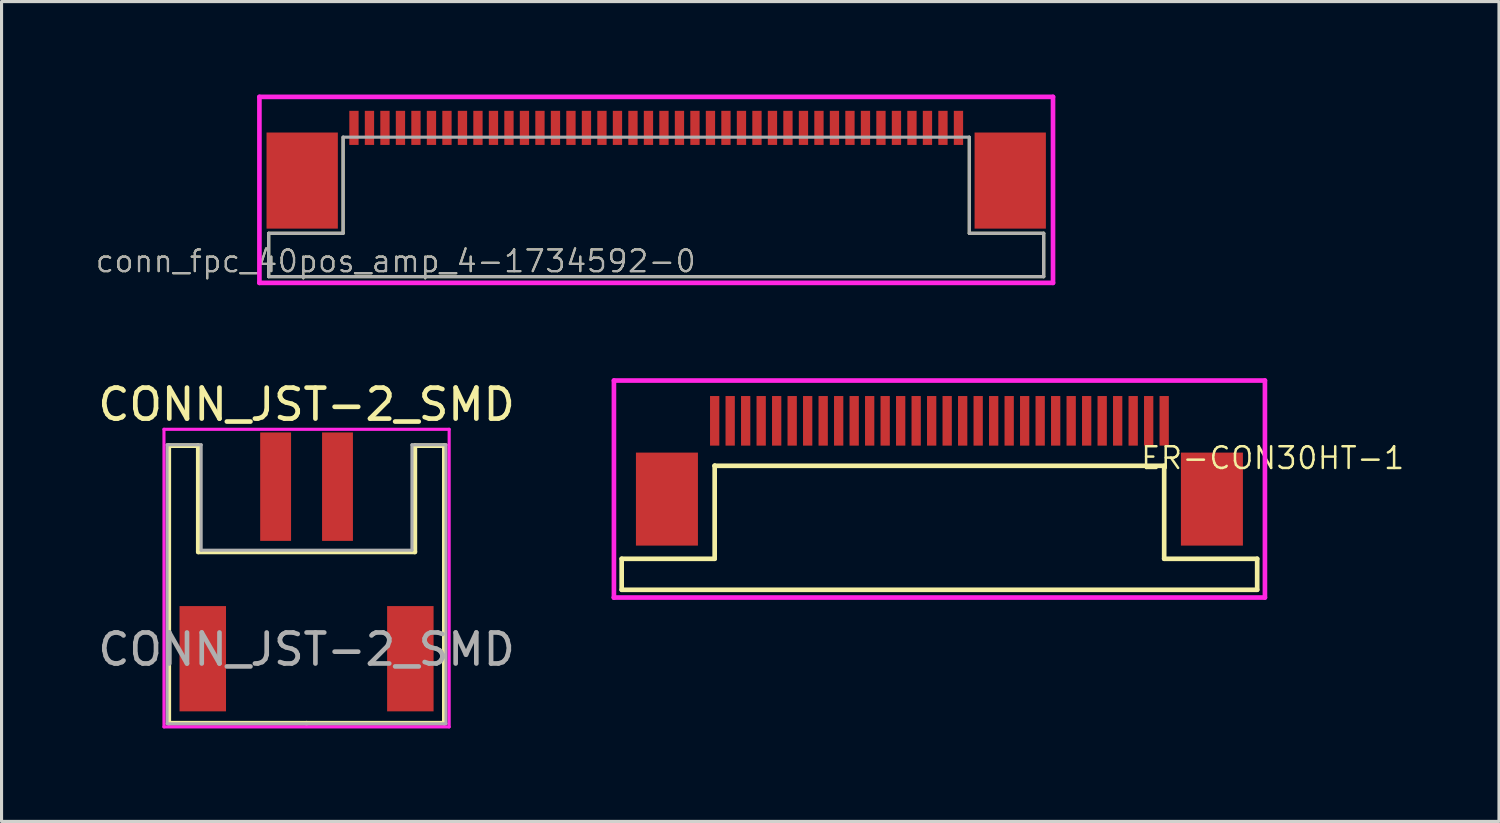
<source format=kicad_pcb>
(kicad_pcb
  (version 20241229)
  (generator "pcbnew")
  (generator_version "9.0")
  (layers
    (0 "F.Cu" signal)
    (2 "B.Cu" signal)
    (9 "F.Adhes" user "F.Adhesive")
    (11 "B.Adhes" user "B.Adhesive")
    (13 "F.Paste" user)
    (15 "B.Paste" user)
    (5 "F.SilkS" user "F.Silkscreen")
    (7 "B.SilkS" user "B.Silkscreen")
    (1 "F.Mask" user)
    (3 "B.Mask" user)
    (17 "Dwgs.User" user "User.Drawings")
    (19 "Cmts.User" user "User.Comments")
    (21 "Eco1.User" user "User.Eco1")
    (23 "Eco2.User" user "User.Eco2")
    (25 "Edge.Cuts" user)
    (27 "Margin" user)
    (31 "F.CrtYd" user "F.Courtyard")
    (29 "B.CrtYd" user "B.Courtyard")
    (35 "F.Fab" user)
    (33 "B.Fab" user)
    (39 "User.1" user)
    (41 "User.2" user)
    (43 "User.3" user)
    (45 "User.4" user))
  (footprint "CONN_JST-2_SMD"
    (layer "F.Cu")
    (at 6.839 19.898)
    (property "Reference" "CONN_JST-2_SMD" (at 0 -9.9 0) (layer "F.SilkS") (effects (font (size 1 1) (thickness 0.15))))
    (attr smd)
    (fp_line (start -4.445 -8.572) (end -3.493 -8.572) (stroke (width 0.152) (type solid)) (layer "F.SilkS"))
    (fp_line (start -4.445 0.381) (end -4.445 -8.572) (stroke (width 0.152) (type solid)) (layer "F.SilkS"))
    (fp_line (start -3.493 -8.572) (end -3.493 -5.144) (stroke (width 0.152) (type solid)) (layer "F.SilkS"))
    (fp_line (start -3.493 -5.144) (end 3.493 -5.144) (stroke (width 0.152) (type solid)) (layer "F.SilkS"))
    (fp_line (start 0 0.381) (end -4.445 0.381) (stroke (width 0.152) (type solid)) (layer "F.SilkS"))
    (fp_line (start 3.493 -8.572) (end 4.445 -8.572) (stroke (width 0.152) (type solid)) (layer "F.SilkS"))
    (fp_line (start 3.493 -5.144) (end 3.493 -8.572) (stroke (width 0.152) (type solid)) (layer "F.SilkS"))
    (fp_line (start 4.445 0.381) (end 0 0.381) (stroke (width 0.152) (type solid)) (layer "F.SilkS"))
    (fp_line (start 4.445 0.381) (end 4.445 -8.572) (stroke (width 0.152) (type solid)) (layer "F.SilkS"))
    (fp_line (start -4.6 -9.1) (end 4.6 -9.1) (stroke (width 0.1) (type solid)) (layer "F.CrtYd"))
    (fp_line (start -4.6 0.5) (end -4.6 -9.1) (stroke (width 0.1) (type solid)) (layer "F.CrtYd"))
    (fp_line (start 4.6 -9.1) (end 4.6 0.5) (stroke (width 0.1) (type solid)) (layer "F.CrtYd"))
    (fp_line (start 4.6 0.5) (end -4.6 0.5) (stroke (width 0.1) (type solid)) (layer "F.CrtYd"))
    (fp_line (start -4.5 -8.6) (end -3.4 -8.6) (stroke (width 0.1) (type solid)) (layer "F.Fab"))
    (fp_line (start -4.5 0.4) (end -4.5 -8.6) (stroke (width 0.1) (type solid)) (layer "F.Fab"))
    (fp_line (start -3.4 -8.6) (end -3.4 -5.2) (stroke (width 0.1) (type solid)) (layer "F.Fab"))
    (fp_line (start -3.4 -5.2) (end 3.4 -5.2) (stroke (width 0.1) (type solid)) (layer "F.Fab"))
    (fp_line (start 3.4 -8.6) (end 4.5 -8.6) (stroke (width 0.1) (type solid)) (layer "F.Fab"))
    (fp_line (start 3.4 -5.2) (end 3.4 -8.6) (stroke (width 0.1) (type solid)) (layer "F.Fab"))
    (fp_line (start 4.5 -8.6) (end 4.5 0.4) (stroke (width 0.1) (type solid)) (layer "F.Fab"))
    (fp_line (start 4.5 0.4) (end -4.5 0.4) (stroke (width 0.1) (type solid)) (layer "F.Fab"))
    (fp_text user "${REFERENCE}" (at 0 -2 0) (layer "F.Fab") (effects (font (size 1 1) (thickness 0.15))))
    (pad "" smd rect (at -3.348 -1.699) (size 1.499 3.396) (layers "F.Cu" "F.Mask" "F.Paste"))
    (pad "" smd rect (at 3.348 -1.699) (size 1.499 3.396) (layers "F.Cu" "F.Mask" "F.Paste"))
    (pad "1" smd rect (at -0.998 -7.249) (size 0.996 3.498) (layers "F.Cu" "F.Mask" "F.Paste"))
    (pad "2" smd rect (at 0.998 -7.249) (size 0.996 3.498) (layers "F.Cu" "F.Mask" "F.Paste")))
  (footprint "ER-CON30HT-1"
    (layer "F.Cu")
    (at 27.254 10.725)
    (property "Reference" "ER-CON30HT-1" (at 10.75 1 0) (layer "F.SilkS") (effects (font (size 0.7 0.7) (thickness 0.08))))
    (attr through_hole)
    (fp_line (start -10.25 4.25) (end -10.25 4.25) (stroke (width 0.12) (type solid)) (layer "F.SilkS"))
    (fp_line (start -10.25 4.25) (end -7.25 4.25) (stroke (width 0.15) (type solid)) (layer "F.SilkS"))
    (fp_line (start -10.25 5.25) (end -10.25 4.25) (stroke (width 0.15) (type solid)) (layer "F.SilkS"))
    (fp_line (start -10.25 5.25) (end 10.25 5.25) (stroke (width 0.15) (type solid)) (layer "F.SilkS"))
    (fp_line (start -7.25 1.25) (end -7.25 1.25) (stroke (width 0.15) (type solid)) (layer "F.SilkS"))
    (fp_line (start -7.25 1.25) (end 7.25 1.25) (stroke (width 0.15) (type solid)) (layer "F.SilkS"))
    (fp_line (start -7.25 4.25) (end -7.25 1.25) (stroke (width 0.15) (type solid)) (layer "F.SilkS"))
    (fp_line (start 7.25 4.25) (end 7.25 1.25) (stroke (width 0.15) (type solid)) (layer "F.SilkS"))
    (fp_line (start 7.25 4.25) (end 7.25 4.25) (stroke (width 0.12) (type solid)) (layer "F.SilkS"))
    (fp_line (start 10.25 4.25) (end 7.25 4.25) (stroke (width 0.15) (type solid)) (layer "F.SilkS"))
    (fp_line (start 10.25 5.25) (end 10.25 4.25) (stroke (width 0.15) (type solid)) (layer "F.SilkS"))
    (fp_line (start -10.5 -1.5) (end 10.5 -1.5) (stroke (width 0.15) (type solid)) (layer "F.CrtYd"))
    (fp_line (start -10.5 5.5) (end -10.5 -1.5) (stroke (width 0.15) (type solid)) (layer "F.CrtYd"))
    (fp_line (start -10.5 5.5) (end -10.5 5.5) (stroke (width 0.15) (type solid)) (layer "F.CrtYd"))
    (fp_line (start 10.5 -1.5) (end 10.5 5.5) (stroke (width 0.15) (type solid)) (layer "F.CrtYd"))
    (fp_line (start 10.5 5.5) (end -10.5 5.5) (stroke (width 0.15) (type solid)) (layer "F.CrtYd"))
    (pad "" smd rect (at -8.79 2.325) (size 2 3) (layers "F.Cu" "F.Mask" "F.Paste"))
    (pad "" smd rect (at 8.79 2.325) (size 2 3) (layers "F.Cu" "F.Mask" "F.Paste"))
    (pad "1" smd rect (at 7.25 -0.2) (size 0.3 1.6) (layers "F.Cu" "F.Mask" "F.Paste"))
    (pad "2" smd rect (at 6.75 -0.2) (size 0.3 1.6) (layers "F.Cu" "F.Mask" "F.Paste"))
    (pad "3" smd rect (at 6.25 -0.2) (size 0.3 1.6) (layers "F.Cu" "F.Mask" "F.Paste"))
    (pad "4" smd rect (at 5.75 -0.2) (size 0.3 1.6) (layers "F.Cu" "F.Mask" "F.Paste"))
    (pad "5" smd rect (at 5.25 -0.2) (size 0.3 1.6) (layers "F.Cu" "F.Mask" "F.Paste"))
    (pad "6" smd rect (at 4.75 -0.2) (size 0.3 1.6) (layers "F.Cu" "F.Mask" "F.Paste"))
    (pad "7" smd rect (at 4.25 -0.2) (size 0.3 1.6) (layers "F.Cu" "F.Mask" "F.Paste"))
    (pad "8" smd rect (at 3.75 -0.2) (size 0.3 1.6) (layers "F.Cu" "F.Mask" "F.Paste"))
    (pad "9" smd rect (at 3.25 -0.2) (size 0.3 1.6) (layers "F.Cu" "F.Mask" "F.Paste"))
    (pad "10" smd rect (at 2.75 -0.2) (size 0.3 1.6) (layers "F.Cu" "F.Mask" "F.Paste"))
    (pad "11" smd rect (at 2.25 -0.2) (size 0.3 1.6) (layers "F.Cu" "F.Mask" "F.Paste"))
    (pad "12" smd rect (at 1.75 -0.2) (size 0.3 1.6) (layers "F.Cu" "F.Mask" "F.Paste"))
    (pad "13" smd rect (at 1.25 -0.2) (size 0.3 1.6) (layers "F.Cu" "F.Mask" "F.Paste"))
    (pad "14" smd rect (at 0.75 -0.2) (size 0.3 1.6) (layers "F.Cu" "F.Mask" "F.Paste"))
    (pad "15" smd rect (at 0.25 -0.2) (size 0.3 1.6) (layers "F.Cu" "F.Mask" "F.Paste"))
    (pad "16" smd rect (at -0.25 -0.2) (size 0.3 1.6) (layers "F.Cu" "F.Mask" "F.Paste"))
    (pad "17" smd rect (at -0.75 -0.2) (size 0.3 1.6) (layers "F.Cu" "F.Mask" "F.Paste"))
    (pad "18" smd rect (at -1.25 -0.2) (size 0.3 1.6) (layers "F.Cu" "F.Mask" "F.Paste"))
    (pad "19" smd rect (at -1.75 -0.2) (size 0.3 1.6) (layers "F.Cu" "F.Mask" "F.Paste"))
    (pad "20" smd rect (at -2.25 -0.2) (size 0.3 1.6) (layers "F.Cu" "F.Mask" "F.Paste"))
    (pad "21" smd rect (at -2.75 -0.2) (size 0.3 1.6) (layers "F.Cu" "F.Mask" "F.Paste"))
    (pad "22" smd rect (at -3.25 -0.2) (size 0.3 1.6) (layers "F.Cu" "F.Mask" "F.Paste"))
    (pad "23" smd rect (at -3.75 -0.2) (size 0.3 1.6) (layers "F.Cu" "F.Mask" "F.Paste"))
    (pad "24" smd rect (at -4.25 -0.2) (size 0.3 1.6) (layers "F.Cu" "F.Mask" "F.Paste"))
    (pad "25" smd rect (at -4.75 -0.2) (size 0.3 1.6) (layers "F.Cu" "F.Mask" "F.Paste"))
    (pad "26" smd rect (at -5.25 -0.2) (size 0.3 1.6) (layers "F.Cu" "F.Mask" "F.Paste"))
    (pad "27" smd rect (at -5.75 -0.2) (size 0.3 1.6) (layers "F.Cu" "F.Mask" "F.Paste"))
    (pad "28" smd rect (at -6.25 -0.2) (size 0.3 1.6) (layers "F.Cu" "F.Mask" "F.Paste"))
    (pad "29" smd rect (at -6.75 -0.2) (size 0.3 1.6) (layers "F.Cu" "F.Mask" "F.Paste"))
    (pad "30" smd rect (at -7.25 -0.2) (size 0.3 1.6) (layers "F.Cu" "F.Mask" "F.Paste")))
  (footprint "conn_fpc_40pos_amp_4-1734592-0"
    (layer "F.Cu")
    (at 18.118 1.075)
    (property "Reference" "conn_fpc_40pos_amp_4-1734592-0" (at -8.4 4.3 0) (layer "F.SilkS") (effects (font (size 0.7 0.7) (thickness 0.07))))
    (attr smd)
    (fp_line (start -12.5 3.4) (end -10.1 3.4) (stroke (width 0.1) (type solid)) (layer "F.SilkS"))
    (fp_line (start -12.5 4.8) (end -12.5 3.4) (stroke (width 0.1) (type solid)) (layer "F.SilkS"))
    (fp_line (start -10.1 3.4) (end -10.1 0.3) (stroke (width 0.1) (type solid)) (layer "F.SilkS"))
    (fp_line (start 10.1 0.3) (end 10.1 3.4) (stroke (width 0.1) (type solid)) (layer "F.SilkS"))
    (fp_line (start 10.1 3.4) (end 12.5 3.4) (stroke (width 0.1) (type solid)) (layer "F.SilkS"))
    (fp_line (start 12.5 3.4) (end 12.5 4.8) (stroke (width 0.1) (type solid)) (layer "F.SilkS"))
    (fp_line (start 12.5 4.8) (end -12.5 4.8) (stroke (width 0.1) (type solid)) (layer "F.SilkS"))
    (fp_line (start -12.8 -1) (end 12.8 -1) (stroke (width 0.15) (type solid)) (layer "F.CrtYd"))
    (fp_line (start -12.8 5) (end -12.8 -1) (stroke (width 0.15) (type solid)) (layer "F.CrtYd"))
    (fp_line (start 12.8 -1) (end 12.8 5) (stroke (width 0.15) (type solid)) (layer "F.CrtYd"))
    (fp_line (start 12.8 5) (end -12.8 5) (stroke (width 0.15) (type solid)) (layer "F.CrtYd"))
    (fp_line (start -12.5 3.4) (end -12.5 4.8) (stroke (width 0.1) (type solid)) (layer "F.Fab"))
    (fp_line (start -12.5 4.8) (end 12.5 4.8) (stroke (width 0.1) (type solid)) (layer "F.Fab"))
    (fp_line (start -10.1 0.3) (end -10.1 3.4) (stroke (width 0.1) (type solid)) (layer "F.Fab"))
    (fp_line (start -10.1 3.4) (end -12.5 3.4) (stroke (width 0.1) (type solid)) (layer "F.Fab"))
    (fp_line (start 10.1 0.3) (end -10.1 0.3) (stroke (width 0.1) (type solid)) (layer "F.Fab"))
    (fp_line (start 10.1 3.4) (end 10.1 0.3) (stroke (width 0.1) (type solid)) (layer "F.Fab"))
    (fp_line (start 12.5 3.4) (end 10.1 3.4) (stroke (width 0.1) (type solid)) (layer "F.Fab"))
    (fp_line (start 12.5 4.8) (end 12.5 3.4) (stroke (width 0.1) (type solid)) (layer "F.Fab"))
    (fp_text user "${REFERENCE}" (at -8.4 4.3 0) (layer "F.Fab") (effects (font (size 0.7 0.7) (thickness 0.07))))
    (pad "" smd rect (at -11.42 1.7) (size 2.3 3.1) (layers "F.Cu" "F.Paste"))
    (pad "" smd rect (at 11.42 1.7) (size 2.3 3.1) (layers "F.Cu" "F.Paste"))
    (pad "1" smd rect (at -9.75 0) (size 0.3 1.1) (layers "F.Cu" "F.Mask" "F.Paste"))
    (pad "2" smd rect (at -9.25 0) (size 0.3 1.1) (layers "F.Cu" "F.Mask" "F.Paste"))
    (pad "3" smd rect (at -8.75 0) (size 0.3 1.1) (layers "F.Cu" "F.Mask" "F.Paste"))
    (pad "4" smd rect (at -8.25 0) (size 0.3 1.1) (layers "F.Cu" "F.Mask" "F.Paste"))
    (pad "5" smd rect (at -7.75 0) (size 0.3 1.1) (layers "F.Cu" "F.Mask" "F.Paste"))
    (pad "6" smd rect (at -7.25 0) (size 0.3 1.1) (layers "F.Cu" "F.Mask" "F.Paste"))
    (pad "7" smd rect (at -6.75 0) (size 0.3 1.1) (layers "F.Cu" "F.Mask" "F.Paste"))
    (pad "8" smd rect (at -6.25 0) (size 0.3 1.1) (layers "F.Cu" "F.Mask" "F.Paste"))
    (pad "9" smd rect (at -5.75 0) (size 0.3 1.1) (layers "F.Cu" "F.Mask" "F.Paste"))
    (pad "10" smd rect (at -5.25 0) (size 0.3 1.1) (layers "F.Cu" "F.Mask" "F.Paste"))
    (pad "11" smd rect (at -4.75 0) (size 0.3 1.1) (layers "F.Cu" "F.Mask" "F.Paste"))
    (pad "12" smd rect (at -4.25 0) (size 0.3 1.1) (layers "F.Cu" "F.Mask" "F.Paste"))
    (pad "13" smd rect (at -3.75 0) (size 0.3 1.1) (layers "F.Cu" "F.Mask" "F.Paste"))
    (pad "14" smd rect (at -3.25 0) (size 0.3 1.1) (layers "F.Cu" "F.Mask" "F.Paste"))
    (pad "15" smd rect (at -2.75 0) (size 0.3 1.1) (layers "F.Cu" "F.Mask" "F.Paste"))
    (pad "16" smd rect (at -2.25 0) (size 0.3 1.1) (layers "F.Cu" "F.Mask" "F.Paste"))
    (pad "17" smd rect (at -1.75 0) (size 0.3 1.1) (layers "F.Cu" "F.Mask" "F.Paste"))
    (pad "18" smd rect (at -1.25 0) (size 0.3 1.1) (layers "F.Cu" "F.Mask" "F.Paste"))
    (pad "19" smd rect (at -0.75 0) (size 0.3 1.1) (layers "F.Cu" "F.Mask" "F.Paste"))
    (pad "20" smd rect (at -0.25 0) (size 0.3 1.1) (layers "F.Cu" "F.Mask" "F.Paste"))
    (pad "21" smd rect (at 0.25 0) (size 0.3 1.1) (layers "F.Cu" "F.Mask" "F.Paste"))
    (pad "22" smd rect (at 0.75 0) (size 0.3 1.1) (layers "F.Cu" "F.Mask" "F.Paste"))
    (pad "23" smd rect (at 1.25 0) (size 0.3 1.1) (layers "F.Cu" "F.Mask" "F.Paste"))
    (pad "24" smd rect (at 1.75 0) (size 0.3 1.1) (layers "F.Cu" "F.Mask" "F.Paste"))
    (pad "25" smd rect (at 2.25 0) (size 0.3 1.1) (layers "F.Cu" "F.Mask" "F.Paste"))
    (pad "26" smd rect (at 2.75 0) (size 0.3 1.1) (layers "F.Cu" "F.Mask" "F.Paste"))
    (pad "27" smd rect (at 3.25 0) (size 0.3 1.1) (layers "F.Cu" "F.Mask" "F.Paste"))
    (pad "28" smd rect (at 3.75 0) (size 0.3 1.1) (layers "F.Cu" "F.Mask" "F.Paste"))
    (pad "29" smd rect (at 4.25 0) (size 0.3 1.1) (layers "F.Cu" "F.Mask" "F.Paste"))
    (pad "30" smd rect (at 4.75 0) (size 0.3 1.1) (layers "F.Cu" "F.Mask" "F.Paste"))
    (pad "31" smd rect (at 5.25 0) (size 0.3 1.1) (layers "F.Cu" "F.Mask" "F.Paste"))
    (pad "32" smd rect (at 5.75 0) (size 0.3 1.1) (layers "F.Cu" "F.Mask" "F.Paste"))
    (pad "33" smd rect (at 6.25 0) (size 0.3 1.1) (layers "F.Cu" "F.Mask" "F.Paste"))
    (pad "34" smd rect (at 6.75 0) (size 0.3 1.1) (layers "F.Cu" "F.Mask" "F.Paste"))
    (pad "35" smd rect (at 7.25 0) (size 0.3 1.1) (layers "F.Cu" "F.Mask" "F.Paste"))
    (pad "36" smd rect (at 7.75 0) (size 0.3 1.1) (layers "F.Cu" "F.Mask" "F.Paste"))
    (pad "37" smd rect (at 8.25 0) (size 0.3 1.1) (layers "F.Cu" "F.Mask" "F.Paste"))
    (pad "38" smd rect (at 8.75 0) (size 0.3 1.1) (layers "F.Cu" "F.Mask" "F.Paste"))
    (pad "39" smd rect (at 9.25 0) (size 0.3 1.1) (layers "F.Cu" "F.Mask" "F.Paste"))
    (pad "40" smd rect (at 9.75 0) (size 0.3 1.1) (layers "F.Cu" "F.Mask" "F.Paste")))
  (gr_rect
    (start -3 -3)
    (end 45.304 23.448)
    (stroke (width 0.1) (type default))
    (fill no)
    (layer "Edge.Cuts")))
</source>
